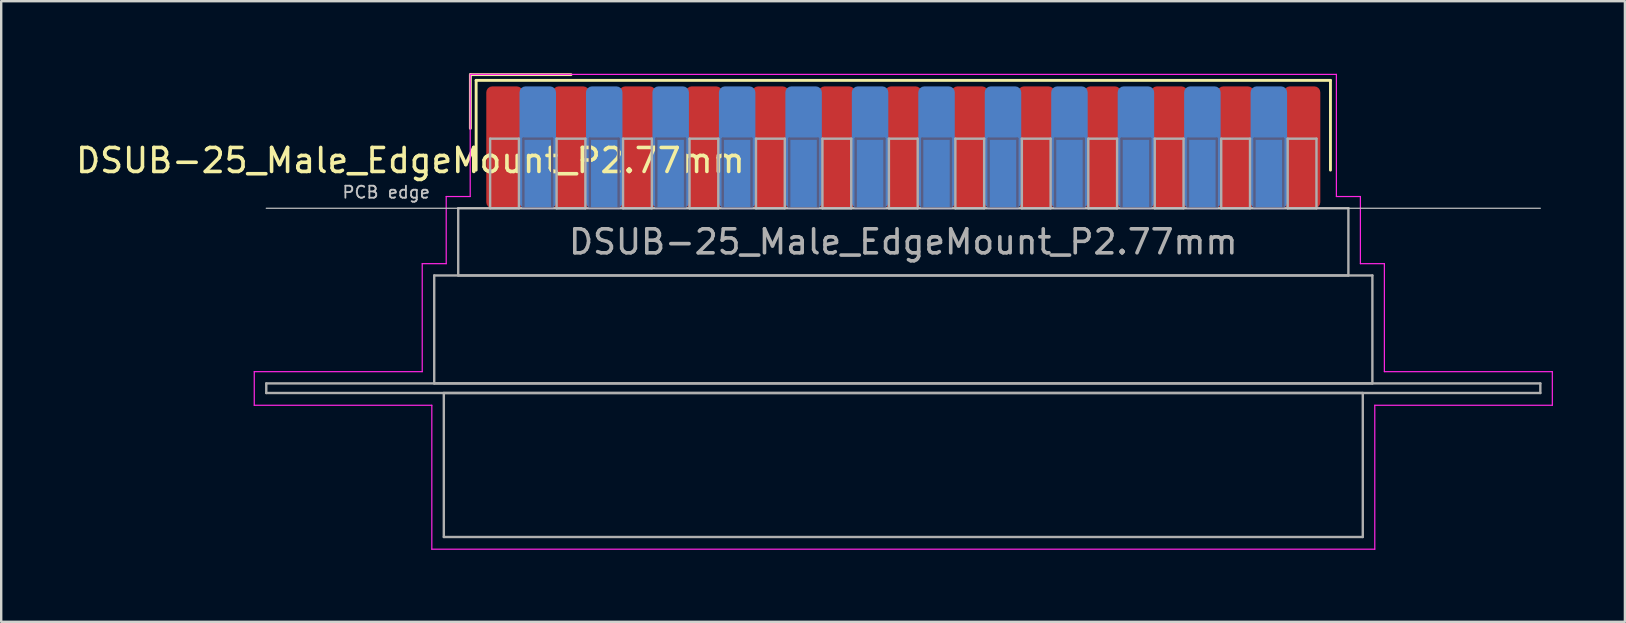
<source format=kicad_pcb>
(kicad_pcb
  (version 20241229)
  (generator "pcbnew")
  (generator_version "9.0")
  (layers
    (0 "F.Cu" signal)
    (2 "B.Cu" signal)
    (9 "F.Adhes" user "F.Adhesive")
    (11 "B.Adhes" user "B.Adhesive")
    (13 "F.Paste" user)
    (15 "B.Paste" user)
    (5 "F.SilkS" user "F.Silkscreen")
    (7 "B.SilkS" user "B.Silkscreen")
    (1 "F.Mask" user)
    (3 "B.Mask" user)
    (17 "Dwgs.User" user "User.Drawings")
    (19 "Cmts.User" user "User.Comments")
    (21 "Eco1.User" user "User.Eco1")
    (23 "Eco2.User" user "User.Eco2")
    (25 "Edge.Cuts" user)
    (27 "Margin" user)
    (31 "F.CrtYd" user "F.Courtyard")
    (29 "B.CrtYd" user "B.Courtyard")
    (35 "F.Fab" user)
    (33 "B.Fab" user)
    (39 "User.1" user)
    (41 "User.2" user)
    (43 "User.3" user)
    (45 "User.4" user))
  (footprint "DSUB-25_Male_EdgeMount_P2.77mm"
    (layer "F.Cu")
    (at 34.597 3.09)
    (property "Reference" "DSUB-25_Male_EdgeMount_P2.77mm" (at -20.543 0.55 0) (layer "F.SilkS") (effects (font (size 1 1) (thickness 0.15))))
    (attr smd)
    (fp_line (start -18.043 -3.03) (end -13.85 -3.03) (stroke (width 0.12) (type solid)) (layer "F.SilkS"))
    (fp_line (start -18.043 -0.79) (end -18.043 -3.03) (stroke (width 0.12) (type solid)) (layer "F.SilkS"))
    (fp_line (start -17.803 -2.79) (end -17.803 0.95) (stroke (width 0.12) (type solid)) (layer "F.SilkS"))
    (fp_line (start 17.803 -2.79) (end -17.803 -2.79) (stroke (width 0.12) (type solid)) (layer "F.SilkS"))
    (fp_line (start 17.803 0.95) (end 17.803 -2.79) (stroke (width 0.12) (type solid)) (layer "F.SilkS"))
    (fp_line (start -26.55 2.54) (end 26.55 2.54) (stroke (width 0.05) (type solid)) (layer "Dwgs.User"))
    (fp_line (start -27.05 9.35) (end -20.05 9.35) (stroke (width 0.05) (type solid)) (layer "F.CrtYd"))
    (fp_line (start -27.05 10.75) (end -27.05 9.35) (stroke (width 0.05) (type solid)) (layer "F.CrtYd"))
    (fp_line (start -20.05 4.85) (end -19.05 4.85) (stroke (width 0.05) (type solid)) (layer "F.CrtYd"))
    (fp_line (start -20.05 9.35) (end -20.05 4.85) (stroke (width 0.05) (type solid)) (layer "F.CrtYd"))
    (fp_line (start -19.65 10.75) (end -27.05 10.75) (stroke (width 0.05) (type solid)) (layer "F.CrtYd"))
    (fp_line (start -19.65 16.75) (end -19.65 10.75) (stroke (width 0.05) (type solid)) (layer "F.CrtYd"))
    (fp_line (start -19.05 2.05) (end -18.05 2.05) (stroke (width 0.05) (type solid)) (layer "F.CrtYd"))
    (fp_line (start -19.05 4.85) (end -19.05 2.05) (stroke (width 0.05) (type solid)) (layer "F.CrtYd"))
    (fp_line (start -18.05 -3.04) (end 18.05 -3.04) (stroke (width 0.05) (type solid)) (layer "F.CrtYd"))
    (fp_line (start -18.05 2.05) (end -18.05 -3.04) (stroke (width 0.05) (type solid)) (layer "F.CrtYd"))
    (fp_line (start 18.05 -3.04) (end 18.05 2.05) (stroke (width 0.05) (type solid)) (layer "F.CrtYd"))
    (fp_line (start 18.05 2.05) (end 19.05 2.05) (stroke (width 0.05) (type solid)) (layer "F.CrtYd"))
    (fp_line (start 19.05 2.05) (end 19.05 4.85) (stroke (width 0.05) (type solid)) (layer "F.CrtYd"))
    (fp_line (start 19.05 4.85) (end 20.05 4.85) (stroke (width 0.05) (type solid)) (layer "F.CrtYd"))
    (fp_line (start 19.65 10.75) (end 19.65 16.75) (stroke (width 0.05) (type solid)) (layer "F.CrtYd"))
    (fp_line (start 19.65 16.75) (end -19.65 16.75) (stroke (width 0.05) (type solid)) (layer "F.CrtYd"))
    (fp_line (start 20.05 4.85) (end 20.05 9.35) (stroke (width 0.05) (type solid)) (layer "F.CrtYd"))
    (fp_line (start 20.05 9.35) (end 27.05 9.35) (stroke (width 0.05) (type solid)) (layer "F.CrtYd"))
    (fp_line (start 27.05 9.35) (end 27.05 10.75) (stroke (width 0.05) (type solid)) (layer "F.CrtYd"))
    (fp_line (start 27.05 10.75) (end 19.65 10.75) (stroke (width 0.05) (type solid)) (layer "F.CrtYd"))
    (fp_line (start -15.835 -0.36) (end -15.835 2.54) (stroke (width 0.1) (type solid)) (layer "B.Fab"))
    (fp_line (start -15.835 2.54) (end -14.635 2.54) (stroke (width 0.1) (type solid)) (layer "B.Fab"))
    (fp_line (start -14.635 -0.36) (end -15.835 -0.36) (stroke (width 0.1) (type solid)) (layer "B.Fab"))
    (fp_line (start -14.635 2.54) (end -14.635 -0.36) (stroke (width 0.1) (type solid)) (layer "B.Fab"))
    (fp_line (start -13.065 -0.36) (end -13.065 2.54) (stroke (width 0.1) (type solid)) (layer "B.Fab"))
    (fp_line (start -13.065 2.54) (end -11.865 2.54) (stroke (width 0.1) (type solid)) (layer "B.Fab"))
    (fp_line (start -11.865 -0.36) (end -13.065 -0.36) (stroke (width 0.1) (type solid)) (layer "B.Fab"))
    (fp_line (start -11.865 2.54) (end -11.865 -0.36) (stroke (width 0.1) (type solid)) (layer "B.Fab"))
    (fp_line (start -10.295 -0.36) (end -10.295 2.54) (stroke (width 0.1) (type solid)) (layer "B.Fab"))
    (fp_line (start -10.295 2.54) (end -9.095 2.54) (stroke (width 0.1) (type solid)) (layer "B.Fab"))
    (fp_line (start -9.095 -0.36) (end -10.295 -0.36) (stroke (width 0.1) (type solid)) (layer "B.Fab"))
    (fp_line (start -9.095 2.54) (end -9.095 -0.36) (stroke (width 0.1) (type solid)) (layer "B.Fab"))
    (fp_line (start -7.525 -0.36) (end -7.525 2.54) (stroke (width 0.1) (type solid)) (layer "B.Fab"))
    (fp_line (start -7.525 2.54) (end -6.325 2.54) (stroke (width 0.1) (type solid)) (layer "B.Fab"))
    (fp_line (start -6.325 -0.36) (end -7.525 -0.36) (stroke (width 0.1) (type solid)) (layer "B.Fab"))
    (fp_line (start -6.325 2.54) (end -6.325 -0.36) (stroke (width 0.1) (type solid)) (layer "B.Fab"))
    (fp_line (start -4.755 -0.36) (end -4.755 2.54) (stroke (width 0.1) (type solid)) (layer "B.Fab"))
    (fp_line (start -4.755 2.54) (end -3.555 2.54) (stroke (width 0.1) (type solid)) (layer "B.Fab"))
    (fp_line (start -3.555 -0.36) (end -4.755 -0.36) (stroke (width 0.1) (type solid)) (layer "B.Fab"))
    (fp_line (start -3.555 2.54) (end -3.555 -0.36) (stroke (width 0.1) (type solid)) (layer "B.Fab"))
    (fp_line (start -1.985 -0.36) (end -1.985 2.54) (stroke (width 0.1) (type solid)) (layer "B.Fab"))
    (fp_line (start -1.985 2.54) (end -0.785 2.54) (stroke (width 0.1) (type solid)) (layer "B.Fab"))
    (fp_line (start -0.785 -0.36) (end -1.985 -0.36) (stroke (width 0.1) (type solid)) (layer "B.Fab"))
    (fp_line (start -0.785 2.54) (end -0.785 -0.36) (stroke (width 0.1) (type solid)) (layer "B.Fab"))
    (fp_line (start 0.785 -0.36) (end 0.785 2.54) (stroke (width 0.1) (type solid)) (layer "B.Fab"))
    (fp_line (start 0.785 2.54) (end 1.985 2.54) (stroke (width 0.1) (type solid)) (layer "B.Fab"))
    (fp_line (start 1.985 -0.36) (end 0.785 -0.36) (stroke (width 0.1) (type solid)) (layer "B.Fab"))
    (fp_line (start 1.985 2.54) (end 1.985 -0.36) (stroke (width 0.1) (type solid)) (layer "B.Fab"))
    (fp_line (start 3.555 -0.36) (end 3.555 2.54) (stroke (width 0.1) (type solid)) (layer "B.Fab"))
    (fp_line (start 3.555 2.54) (end 4.755 2.54) (stroke (width 0.1) (type solid)) (layer "B.Fab"))
    (fp_line (start 4.755 -0.36) (end 3.555 -0.36) (stroke (width 0.1) (type solid)) (layer "B.Fab"))
    (fp_line (start 4.755 2.54) (end 4.755 -0.36) (stroke (width 0.1) (type solid)) (layer "B.Fab"))
    (fp_line (start 6.325 -0.36) (end 6.325 2.54) (stroke (width 0.1) (type solid)) (layer "B.Fab"))
    (fp_line (start 6.325 2.54) (end 7.525 2.54) (stroke (width 0.1) (type solid)) (layer "B.Fab"))
    (fp_line (start 7.525 -0.36) (end 6.325 -0.36) (stroke (width 0.1) (type solid)) (layer "B.Fab"))
    (fp_line (start 7.525 2.54) (end 7.525 -0.36) (stroke (width 0.1) (type solid)) (layer "B.Fab"))
    (fp_line (start 9.095 -0.36) (end 9.095 2.54) (stroke (width 0.1) (type solid)) (layer "B.Fab"))
    (fp_line (start 9.095 2.54) (end 10.295 2.54) (stroke (width 0.1) (type solid)) (layer "B.Fab"))
    (fp_line (start 10.295 -0.36) (end 9.095 -0.36) (stroke (width 0.1) (type solid)) (layer "B.Fab"))
    (fp_line (start 10.295 2.54) (end 10.295 -0.36) (stroke (width 0.1) (type solid)) (layer "B.Fab"))
    (fp_line (start 11.865 -0.36) (end 11.865 2.54) (stroke (width 0.1) (type solid)) (layer "B.Fab"))
    (fp_line (start 11.865 2.54) (end 13.065 2.54) (stroke (width 0.1) (type solid)) (layer "B.Fab"))
    (fp_line (start 13.065 -0.36) (end 11.865 -0.36) (stroke (width 0.1) (type solid)) (layer "B.Fab"))
    (fp_line (start 13.065 2.54) (end 13.065 -0.36) (stroke (width 0.1) (type solid)) (layer "B.Fab"))
    (fp_line (start 14.635 -0.36) (end 14.635 2.54) (stroke (width 0.1) (type solid)) (layer "B.Fab"))
    (fp_line (start 14.635 2.54) (end 15.835 2.54) (stroke (width 0.1) (type solid)) (layer "B.Fab"))
    (fp_line (start 15.835 -0.36) (end 14.635 -0.36) (stroke (width 0.1) (type solid)) (layer "B.Fab"))
    (fp_line (start 15.835 2.54) (end 15.835 -0.36) (stroke (width 0.1) (type solid)) (layer "B.Fab"))
    (fp_line (start -26.55 9.84) (end -26.55 10.24) (stroke (width 0.1) (type solid)) (layer "F.Fab"))
    (fp_line (start -26.55 10.24) (end 26.55 10.24) (stroke (width 0.1) (type solid)) (layer "F.Fab"))
    (fp_line (start -19.55 5.34) (end -19.55 9.84) (stroke (width 0.1) (type solid)) (layer "F.Fab"))
    (fp_line (start -19.55 9.84) (end 19.55 9.84) (stroke (width 0.1) (type solid)) (layer "F.Fab"))
    (fp_line (start -19.15 10.24) (end -19.15 16.24) (stroke (width 0.1) (type solid)) (layer "F.Fab"))
    (fp_line (start -19.15 16.24) (end 19.15 16.24) (stroke (width 0.1) (type solid)) (layer "F.Fab"))
    (fp_line (start -18.55 2.54) (end -18.55 5.34) (stroke (width 0.1) (type solid)) (layer "F.Fab"))
    (fp_line (start -18.55 5.34) (end 18.55 5.34) (stroke (width 0.1) (type solid)) (layer "F.Fab"))
    (fp_line (start -17.22 -0.36) (end -17.22 2.54) (stroke (width 0.1) (type solid)) (layer "F.Fab"))
    (fp_line (start -17.22 2.54) (end -16.02 2.54) (stroke (width 0.1) (type solid)) (layer "F.Fab"))
    (fp_line (start -16.02 -0.36) (end -17.22 -0.36) (stroke (width 0.1) (type solid)) (layer "F.Fab"))
    (fp_line (start -16.02 2.54) (end -16.02 -0.36) (stroke (width 0.1) (type solid)) (layer "F.Fab"))
    (fp_line (start -14.45 -0.36) (end -14.45 2.54) (stroke (width 0.1) (type solid)) (layer "F.Fab"))
    (fp_line (start -14.45 2.54) (end -13.25 2.54) (stroke (width 0.1) (type solid)) (layer "F.Fab"))
    (fp_line (start -13.25 -0.36) (end -14.45 -0.36) (stroke (width 0.1) (type solid)) (layer "F.Fab"))
    (fp_line (start -13.25 2.54) (end -13.25 -0.36) (stroke (width 0.1) (type solid)) (layer "F.Fab"))
    (fp_line (start -11.68 -0.36) (end -11.68 2.54) (stroke (width 0.1) (type solid)) (layer "F.Fab"))
    (fp_line (start -11.68 2.54) (end -10.48 2.54) (stroke (width 0.1) (type solid)) (layer "F.Fab"))
    (fp_line (start -10.48 -0.36) (end -11.68 -0.36) (stroke (width 0.1) (type solid)) (layer "F.Fab"))
    (fp_line (start -10.48 2.54) (end -10.48 -0.36) (stroke (width 0.1) (type solid)) (layer "F.Fab"))
    (fp_line (start -8.91 -0.36) (end -8.91 2.54) (stroke (width 0.1) (type solid)) (layer "F.Fab"))
    (fp_line (start -8.91 2.54) (end -7.71 2.54) (stroke (width 0.1) (type solid)) (layer "F.Fab"))
    (fp_line (start -7.71 -0.36) (end -8.91 -0.36) (stroke (width 0.1) (type solid)) (layer "F.Fab"))
    (fp_line (start -7.71 2.54) (end -7.71 -0.36) (stroke (width 0.1) (type solid)) (layer "F.Fab"))
    (fp_line (start -6.14 -0.36) (end -6.14 2.54) (stroke (width 0.1) (type solid)) (layer "F.Fab"))
    (fp_line (start -6.14 2.54) (end -4.94 2.54) (stroke (width 0.1) (type solid)) (layer "F.Fab"))
    (fp_line (start -4.94 -0.36) (end -6.14 -0.36) (stroke (width 0.1) (type solid)) (layer "F.Fab"))
    (fp_line (start -4.94 2.54) (end -4.94 -0.36) (stroke (width 0.1) (type solid)) (layer "F.Fab"))
    (fp_line (start -3.37 -0.36) (end -3.37 2.54) (stroke (width 0.1) (type solid)) (layer "F.Fab"))
    (fp_line (start -3.37 2.54) (end -2.17 2.54) (stroke (width 0.1) (type solid)) (layer "F.Fab"))
    (fp_line (start -2.17 -0.36) (end -3.37 -0.36) (stroke (width 0.1) (type solid)) (layer "F.Fab"))
    (fp_line (start -2.17 2.54) (end -2.17 -0.36) (stroke (width 0.1) (type solid)) (layer "F.Fab"))
    (fp_line (start -0.6 -0.36) (end -0.6 2.54) (stroke (width 0.1) (type solid)) (layer "F.Fab"))
    (fp_line (start -0.6 2.54) (end 0.6 2.54) (stroke (width 0.1) (type solid)) (layer "F.Fab"))
    (fp_line (start 0.6 -0.36) (end -0.6 -0.36) (stroke (width 0.1) (type solid)) (layer "F.Fab"))
    (fp_line (start 0.6 2.54) (end 0.6 -0.36) (stroke (width 0.1) (type solid)) (layer "F.Fab"))
    (fp_line (start 2.17 -0.36) (end 2.17 2.54) (stroke (width 0.1) (type solid)) (layer "F.Fab"))
    (fp_line (start 2.17 2.54) (end 3.37 2.54) (stroke (width 0.1) (type solid)) (layer "F.Fab"))
    (fp_line (start 3.37 -0.36) (end 2.17 -0.36) (stroke (width 0.1) (type solid)) (layer "F.Fab"))
    (fp_line (start 3.37 2.54) (end 3.37 -0.36) (stroke (width 0.1) (type solid)) (layer "F.Fab"))
    (fp_line (start 4.94 -0.36) (end 4.94 2.54) (stroke (width 0.1) (type solid)) (layer "F.Fab"))
    (fp_line (start 4.94 2.54) (end 6.14 2.54) (stroke (width 0.1) (type solid)) (layer "F.Fab"))
    (fp_line (start 6.14 -0.36) (end 4.94 -0.36) (stroke (width 0.1) (type solid)) (layer "F.Fab"))
    (fp_line (start 6.14 2.54) (end 6.14 -0.36) (stroke (width 0.1) (type solid)) (layer "F.Fab"))
    (fp_line (start 7.71 -0.36) (end 7.71 2.54) (stroke (width 0.1) (type solid)) (layer "F.Fab"))
    (fp_line (start 7.71 2.54) (end 8.91 2.54) (stroke (width 0.1) (type solid)) (layer "F.Fab"))
    (fp_line (start 8.91 -0.36) (end 7.71 -0.36) (stroke (width 0.1) (type solid)) (layer "F.Fab"))
    (fp_line (start 8.91 2.54) (end 8.91 -0.36) (stroke (width 0.1) (type solid)) (layer "F.Fab"))
    (fp_line (start 10.48 -0.36) (end 10.48 2.54) (stroke (width 0.1) (type solid)) (layer "F.Fab"))
    (fp_line (start 10.48 2.54) (end 11.68 2.54) (stroke (width 0.1) (type solid)) (layer "F.Fab"))
    (fp_line (start 11.68 -0.36) (end 10.48 -0.36) (stroke (width 0.1) (type solid)) (layer "F.Fab"))
    (fp_line (start 11.68 2.54) (end 11.68 -0.36) (stroke (width 0.1) (type solid)) (layer "F.Fab"))
    (fp_line (start 13.25 -0.36) (end 13.25 2.54) (stroke (width 0.1) (type solid)) (layer "F.Fab"))
    (fp_line (start 13.25 2.54) (end 14.45 2.54) (stroke (width 0.1) (type solid)) (layer "F.Fab"))
    (fp_line (start 14.45 -0.36) (end 13.25 -0.36) (stroke (width 0.1) (type solid)) (layer "F.Fab"))
    (fp_line (start 14.45 2.54) (end 14.45 -0.36) (stroke (width 0.1) (type solid)) (layer "F.Fab"))
    (fp_line (start 16.02 -0.36) (end 16.02 2.54) (stroke (width 0.1) (type solid)) (layer "F.Fab"))
    (fp_line (start 16.02 2.54) (end 17.22 2.54) (stroke (width 0.1) (type solid)) (layer "F.Fab"))
    (fp_line (start 17.22 -0.36) (end 16.02 -0.36) (stroke (width 0.1) (type solid)) (layer "F.Fab"))
    (fp_line (start 17.22 2.54) (end 17.22 -0.36) (stroke (width 0.1) (type solid)) (layer "F.Fab"))
    (fp_line (start 18.55 2.54) (end -18.55 2.54) (stroke (width 0.1) (type solid)) (layer "F.Fab"))
    (fp_line (start 18.55 5.34) (end 18.55 2.54) (stroke (width 0.1) (type solid)) (layer "F.Fab"))
    (fp_line (start 19.15 10.24) (end -19.15 10.24) (stroke (width 0.1) (type solid)) (layer "F.Fab"))
    (fp_line (start 19.15 16.24) (end 19.15 10.24) (stroke (width 0.1) (type solid)) (layer "F.Fab"))
    (fp_line (start 19.55 5.34) (end -19.55 5.34) (stroke (width 0.1) (type solid)) (layer "F.Fab"))
    (fp_line (start 19.55 9.84) (end 19.55 5.34) (stroke (width 0.1) (type solid)) (layer "F.Fab"))
    (fp_line (start 26.55 9.84) (end -26.55 9.84) (stroke (width 0.1) (type solid)) (layer "F.Fab"))
    (fp_line (start 26.55 10.24) (end 26.55 9.84) (stroke (width 0.1) (type solid)) (layer "F.Fab"))
    (fp_text user "PCB edge" (at -21.55 1.873 0) (layer "Dwgs.User") (effects (font (size 0.5 0.5) (thickness 0.075))))
    (fp_text user "${REFERENCE}" (at 0 3.94 0) (layer "F.Fab") (effects (font (size 1 1) (thickness 0.15))))
    (pad "1" smd roundrect (at -16.62 0) (size 1.52 5.08) (layers "F.Cu" "F.Mask" "F.Paste") (roundrect_rratio 0.164))
    (pad "2" smd roundrect (at -13.85 0) (size 1.52 5.08) (layers "F.Cu" "F.Mask" "F.Paste") (roundrect_rratio 0.164))
    (pad "3" smd roundrect (at -11.08 0) (size 1.52 5.08) (layers "F.Cu" "F.Mask" "F.Paste") (roundrect_rratio 0.164))
    (pad "4" smd roundrect (at -8.31 0) (size 1.52 5.08) (layers "F.Cu" "F.Mask" "F.Paste") (roundrect_rratio 0.164))
    (pad "5" smd roundrect (at -5.54 0) (size 1.52 5.08) (layers "F.Cu" "F.Mask" "F.Paste") (roundrect_rratio 0.164))
    (pad "6" smd roundrect (at -2.77 0) (size 1.52 5.08) (layers "F.Cu" "F.Mask" "F.Paste") (roundrect_rratio 0.164))
    (pad "7" smd roundrect (at 0 0) (size 1.52 5.08) (layers "F.Cu" "F.Mask" "F.Paste") (roundrect_rratio 0.164))
    (pad "8" smd roundrect (at 2.77 0) (size 1.52 5.08) (layers "F.Cu" "F.Mask" "F.Paste") (roundrect_rratio 0.164))
    (pad "9" smd roundrect (at 5.54 0) (size 1.52 5.08) (layers "F.Cu" "F.Mask" "F.Paste") (roundrect_rratio 0.164))
    (pad "10" smd roundrect (at 8.31 0) (size 1.52 5.08) (layers "F.Cu" "F.Mask" "F.Paste") (roundrect_rratio 0.164))
    (pad "11" smd roundrect (at 11.08 0) (size 1.52 5.08) (layers "F.Cu" "F.Mask" "F.Paste") (roundrect_rratio 0.164))
    (pad "12" smd roundrect (at 13.85 0) (size 1.52 5.08) (layers "F.Cu" "F.Mask" "F.Paste") (roundrect_rratio 0.164))
    (pad "13" smd roundrect (at 16.62 0) (size 1.52 5.08) (layers "F.Cu" "F.Mask" "F.Paste") (roundrect_rratio 0.164))
    (pad "14" smd roundrect (at -15.235 0) (size 1.52 5.08) (layers "B.Cu" "B.Mask" "B.Paste") (roundrect_rratio 0.164))
    (pad "15" smd roundrect (at -12.465 0) (size 1.52 5.08) (layers "B.Cu" "B.Mask" "B.Paste") (roundrect_rratio 0.164))
    (pad "16" smd roundrect (at -9.695 0) (size 1.52 5.08) (layers "B.Cu" "B.Mask" "B.Paste") (roundrect_rratio 0.164))
    (pad "17" smd roundrect (at -6.925 0) (size 1.52 5.08) (layers "B.Cu" "B.Mask" "B.Paste") (roundrect_rratio 0.164))
    (pad "18" smd roundrect (at -4.155 0) (size 1.52 5.08) (layers "B.Cu" "B.Mask" "B.Paste") (roundrect_rratio 0.164))
    (pad "19" smd roundrect (at -1.385 0) (size 1.52 5.08) (layers "B.Cu" "B.Mask" "B.Paste") (roundrect_rratio 0.164))
    (pad "20" smd roundrect (at 1.385 0) (size 1.52 5.08) (layers "B.Cu" "B.Mask" "B.Paste") (roundrect_rratio 0.164))
    (pad "21" smd roundrect (at 4.155 0) (size 1.52 5.08) (layers "B.Cu" "B.Mask" "B.Paste") (roundrect_rratio 0.164))
    (pad "22" smd roundrect (at 6.925 0) (size 1.52 5.08) (layers "B.Cu" "B.Mask" "B.Paste") (roundrect_rratio 0.164))
    (pad "23" smd roundrect (at 9.695 0) (size 1.52 5.08) (layers "B.Cu" "B.Mask" "B.Paste") (roundrect_rratio 0.164))
    (pad "24" smd roundrect (at 12.465 0) (size 1.52 5.08) (layers "B.Cu" "B.Mask" "B.Paste") (roundrect_rratio 0.164))
    (pad "25" smd roundrect (at 15.235 0) (size 1.52 5.08) (layers "B.Cu" "B.Mask" "B.Paste") (roundrect_rratio 0.164)))
  (gr_rect
    (start -3 -3)
    (end 64.672 22.865)
    (stroke (width 0.1) (type default))
    (fill no)
    (layer "Edge.Cuts")))
</source>
